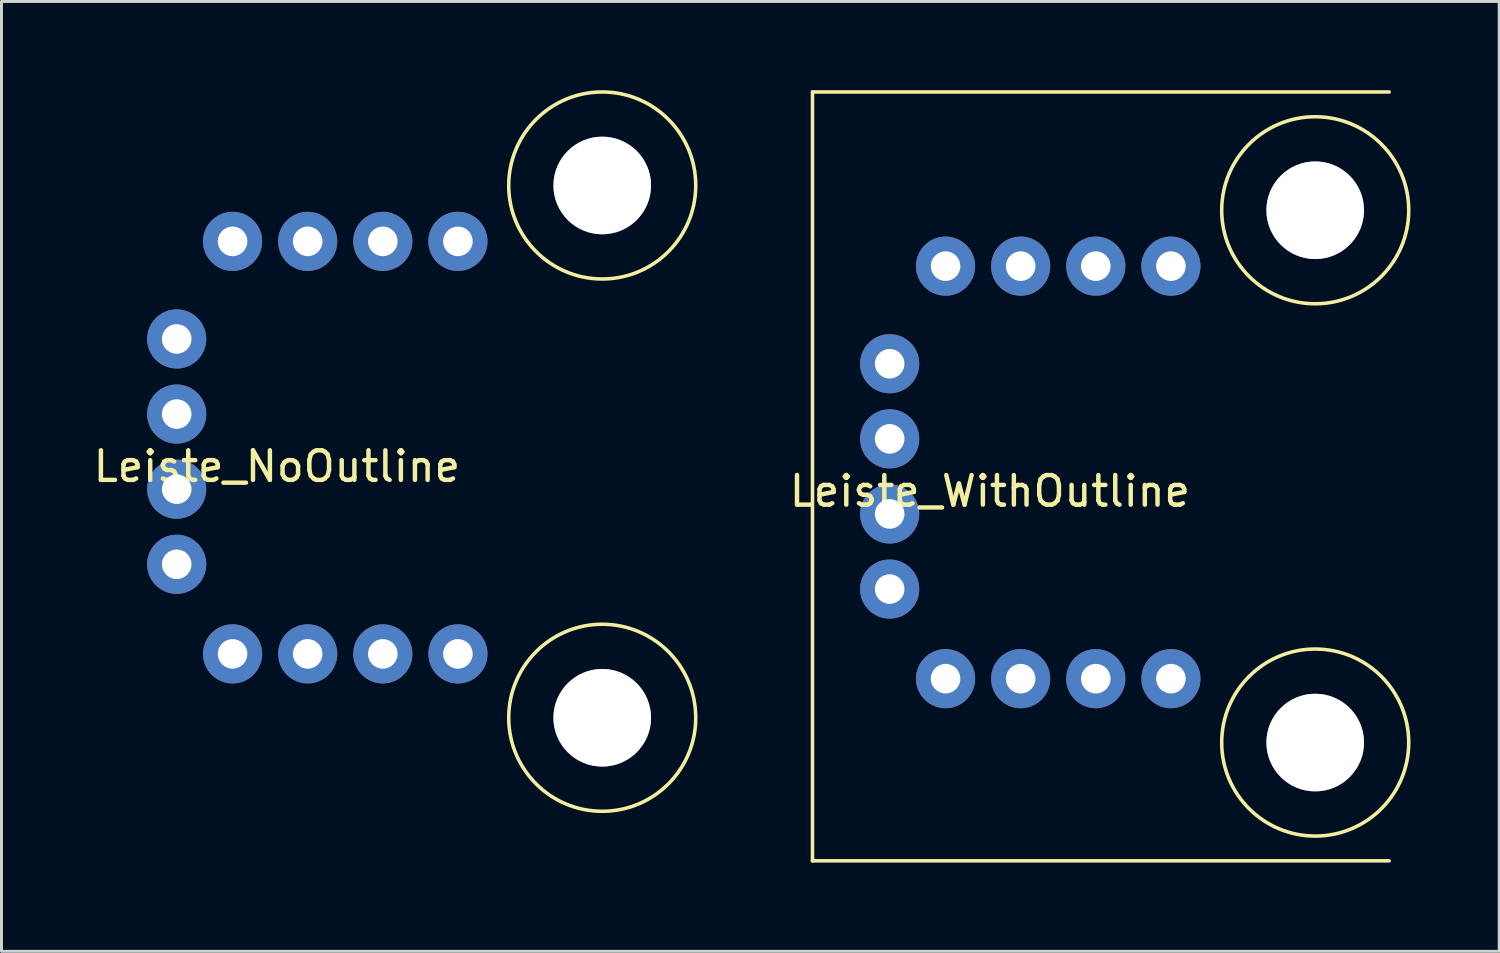
<source format=kicad_pcb>
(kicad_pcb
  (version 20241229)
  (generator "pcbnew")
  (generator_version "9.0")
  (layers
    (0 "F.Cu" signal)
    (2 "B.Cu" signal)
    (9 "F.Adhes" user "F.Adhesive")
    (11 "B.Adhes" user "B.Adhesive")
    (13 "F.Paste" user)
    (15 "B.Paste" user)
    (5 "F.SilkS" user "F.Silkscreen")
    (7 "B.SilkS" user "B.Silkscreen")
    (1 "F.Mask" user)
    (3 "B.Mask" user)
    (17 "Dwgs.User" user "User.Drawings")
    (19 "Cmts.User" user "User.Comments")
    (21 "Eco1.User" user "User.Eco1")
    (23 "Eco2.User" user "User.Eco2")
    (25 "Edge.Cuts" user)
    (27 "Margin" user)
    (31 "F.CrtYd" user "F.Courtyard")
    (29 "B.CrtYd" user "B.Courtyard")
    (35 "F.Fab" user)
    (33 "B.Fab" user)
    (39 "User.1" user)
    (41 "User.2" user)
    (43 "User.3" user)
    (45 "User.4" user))
  (footprint "Leiste_WithOutline"
    (layer "F.Cu")
    (at 29.425 13.06)
    (property "Reference" "Leiste_WithOutline" (at 1 0.5 0) (layer "F.SilkS") (effects (font (size 1 1) (thickness 0.15))))
    (attr through_hole)
    (fp_line (start -5 -13) (end -5 13) (stroke (width 0.12) (type solid)) (layer "F.SilkS"))
    (fp_line (start -5 13) (end 14.5 13) (stroke (width 0.12) (type solid)) (layer "F.SilkS"))
    (fp_line (start 14.5 -13) (end -5 -13) (stroke (width 0.12) (type solid)) (layer "F.SilkS"))
    (fp_circle (center 12 -9) (end 13 -6) (stroke (width 0.12) (type solid)) (fill no) (layer "F.SilkS"))
    (fp_circle (center 12 9) (end 11 6) (stroke (width 0.12) (type solid)) (fill no) (layer "F.SilkS"))
    (pad "1" thru_hole circle (at -0.5 6.84) (size 2 2) (drill 1) (layers "*.Cu" "*.Mask"))
    (pad "2" thru_hole circle (at 2.04 6.84) (size 2 2) (drill 1) (layers "*.Cu" "*.Mask"))
    (pad "3" thru_hole circle (at 4.58 6.84) (size 2 2) (drill 1) (layers "*.Cu" "*.Mask"))
    (pad "4" thru_hole circle (at 7.12 6.84) (size 2 2) (drill 1) (layers "*.Cu" "*.Mask"))
    (pad "5" thru_hole circle (at -2.39 -3.81) (size 2 2) (drill 1) (layers "*.Cu" "*.Mask"))
    (pad "6" thru_hole circle (at -2.39 -1.27) (size 2 2) (drill 1) (layers "*.Cu" "*.Mask"))
    (pad "7" thru_hole circle (at -2.39 1.27) (size 2 2) (drill 1) (layers "*.Cu" "*.Mask"))
    (pad "8" thru_hole circle (at -2.39 3.81) (size 2 2) (drill 1) (layers "*.Cu" "*.Mask"))
    (pad "9" thru_hole circle (at -0.5 -7.11) (size 2 2) (drill 1) (layers "*.Cu" "*.Mask"))
    (pad "10" thru_hole circle (at 2.04 -7.11) (size 2 2) (drill 1) (layers "*.Cu" "*.Mask"))
    (pad "11" thru_hole circle (at 4.58 -7.11) (size 2 2) (drill 1) (layers "*.Cu" "*.Mask"))
    (pad "12" thru_hole circle (at 7.12 -7.11) (size 2 2) (drill 1) (layers "*.Cu" "*.Mask"))
    (pad "13" thru_hole circle (at 12 -9) (size 3.3 3.3) (drill 3.3) (layers "*.Cu" "*.Mask"))
    (pad "13" thru_hole circle (at 12 9) (size 3.3 3.3) (drill 3.3) (layers "*.Cu" "*.Mask")))
  (footprint "Leiste_NoOutline"
    (layer "F.Cu")
    (at 5.315 12.222)
    (property "Reference" "Leiste_NoOutline" (at 1 0.5 0) (layer "F.SilkS") (effects (font (size 1 1) (thickness 0.15))))
    (attr through_hole)
    (fp_circle (center 12 -9) (end 13 -6) (stroke (width 0.12) (type solid)) (fill no) (layer "F.SilkS"))
    (fp_circle (center 12 9) (end 11 6) (stroke (width 0.12) (type solid)) (fill no) (layer "F.SilkS"))
    (pad "1" thru_hole circle (at -0.5 6.84) (size 2 2) (drill 1) (layers "*.Cu" "*.Mask"))
    (pad "2" thru_hole circle (at 2.04 6.84) (size 2 2) (drill 1) (layers "*.Cu" "*.Mask"))
    (pad "3" thru_hole circle (at 4.58 6.84) (size 2 2) (drill 1) (layers "*.Cu" "*.Mask"))
    (pad "4" thru_hole circle (at 7.12 6.84) (size 2 2) (drill 1) (layers "*.Cu" "*.Mask"))
    (pad "5" thru_hole circle (at -2.39 -3.81) (size 2 2) (drill 1) (layers "*.Cu" "*.Mask"))
    (pad "6" thru_hole circle (at -2.39 -1.27) (size 2 2) (drill 1) (layers "*.Cu" "*.Mask"))
    (pad "7" thru_hole circle (at -2.39 1.27) (size 2 2) (drill 1) (layers "*.Cu" "*.Mask"))
    (pad "8" thru_hole circle (at -2.39 3.81) (size 2 2) (drill 1) (layers "*.Cu" "*.Mask"))
    (pad "9" thru_hole circle (at -0.5 -7.11) (size 2 2) (drill 1) (layers "*.Cu" "*.Mask"))
    (pad "10" thru_hole circle (at 2.04 -7.11) (size 2 2) (drill 1) (layers "*.Cu" "*.Mask"))
    (pad "11" thru_hole circle (at 4.58 -7.11) (size 2 2) (drill 1) (layers "*.Cu" "*.Mask"))
    (pad "12" thru_hole circle (at 7.12 -7.11) (size 2 2) (drill 1) (layers "*.Cu" "*.Mask"))
    (pad "13" thru_hole circle (at 12 -9) (size 3.3 3.3) (drill 3.3) (layers "*.Cu" "*.Mask"))
    (pad "13" thru_hole circle (at 12 9) (size 3.3 3.3) (drill 3.3) (layers "*.Cu" "*.Mask")))
  (gr_rect
    (start -3 -3)
    (end 47.647 29.12)
    (stroke (width 0.1) (type default))
    (fill no)
    (layer "Edge.Cuts")))
</source>
